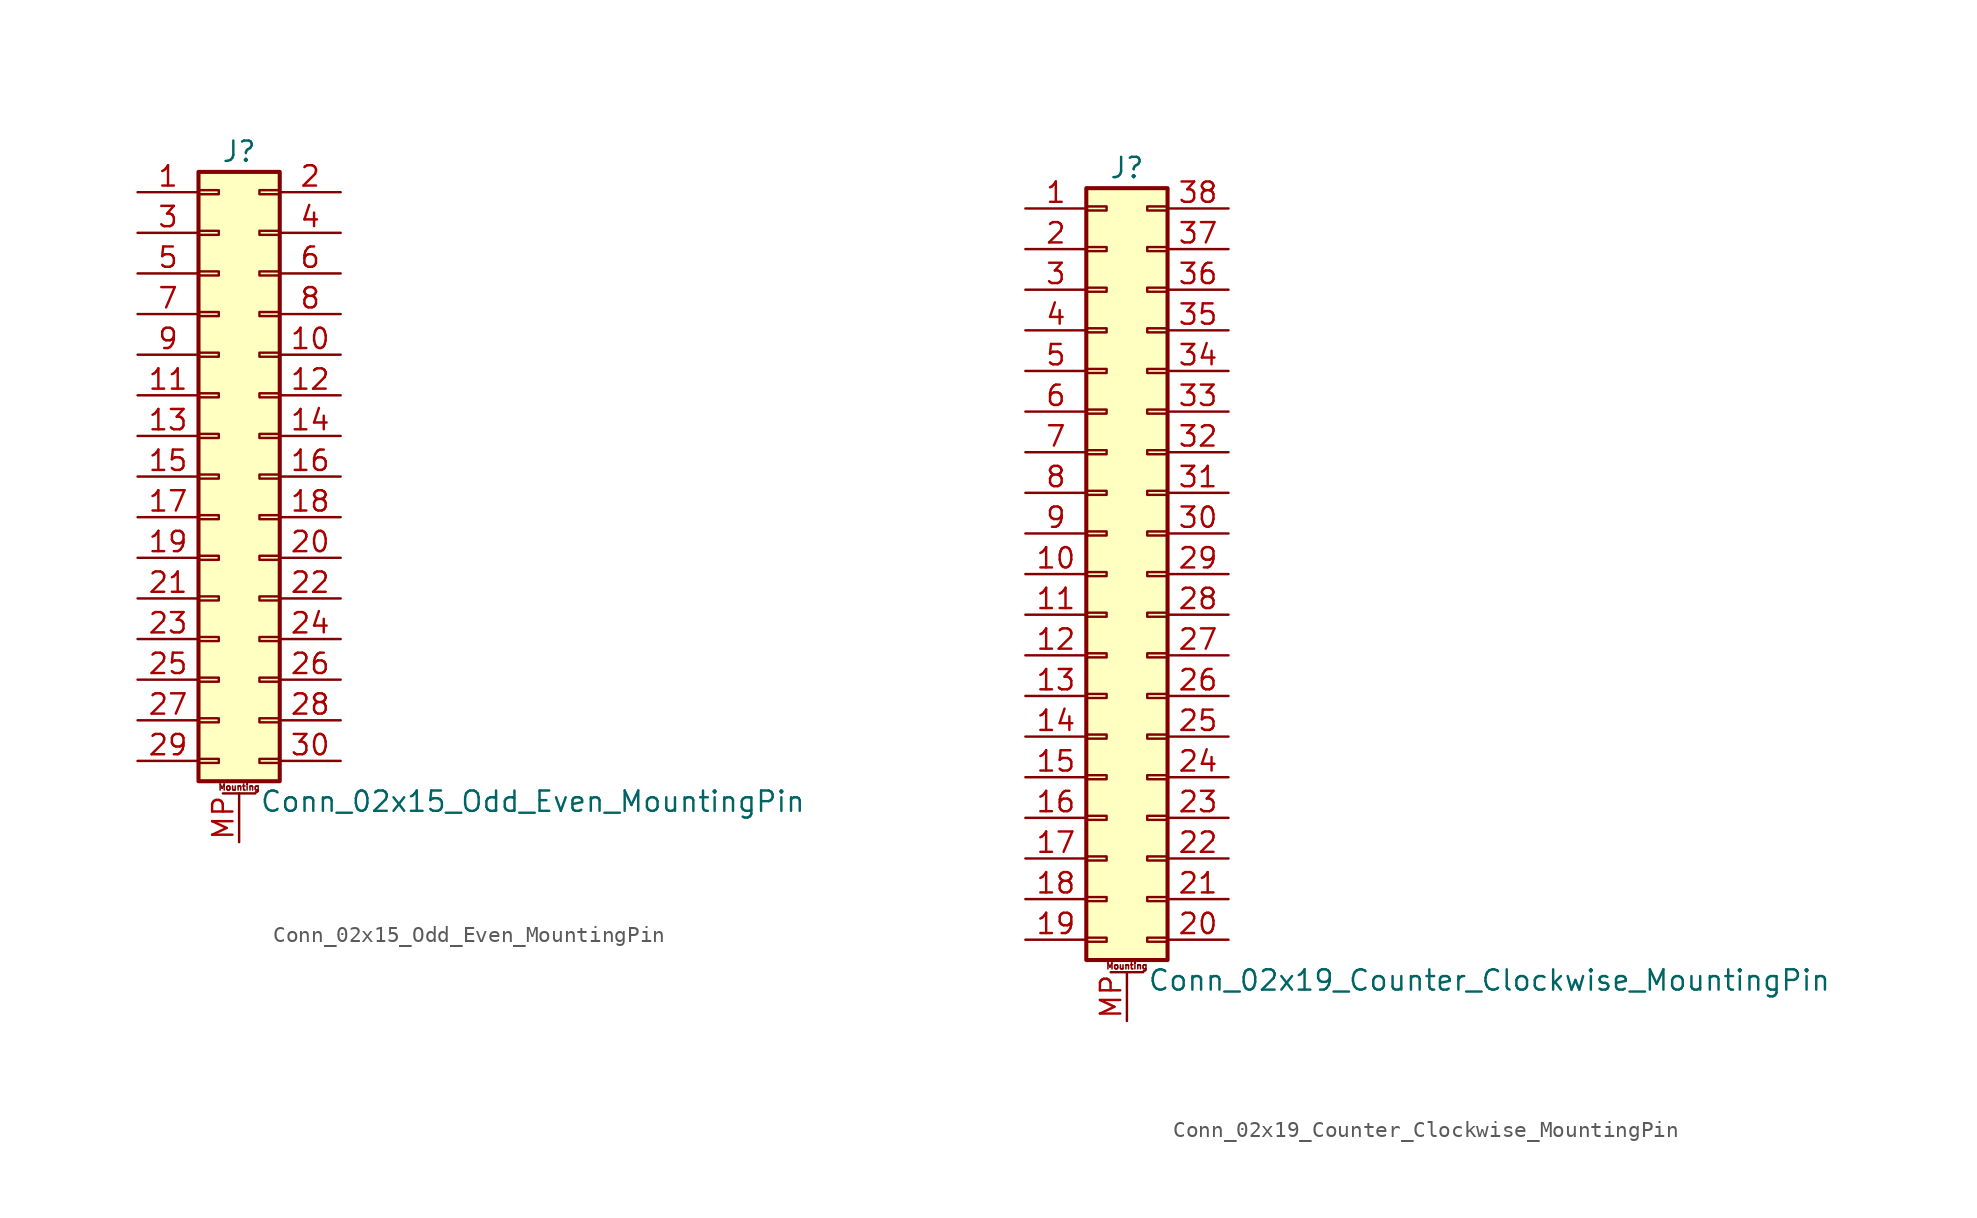
<source format=kicad_sym>
(kicad_symbol_lib
  (version 20220914)
  (generator kicad_symbol_editor)
  (symbol "Conn_02x15_Odd_Even_MountingPin"
    (pin_names
      (offset 1.016) hide)
    (property "Reference" "J"
      (at 1.27 20.32 0)
      (effects (font (size 1.27 1.27))))
    (property "Value" "Conn_02x15_Odd_Even_MountingPin"
      (at 2.54 -20.32 0)
      (effects (font (size 1.27 1.27)) (justify left)))
    (symbol "Conn_02x15_Odd_Even_MountingPin_1_1"
      (rectangle (start -1.27 -17.653) (end 0 -17.907) (stroke (width 0.152) (type default)) (fill (type none)))
      (rectangle (start -1.27 -15.113) (end 0 -15.367) (stroke (width 0.152) (type default)) (fill (type none)))
      (rectangle (start -1.27 -12.573) (end 0 -12.827) (stroke (width 0.152) (type default)) (fill (type none)))
      (rectangle (start -1.27 -10.033) (end 0 -10.287) (stroke (width 0.152) (type default)) (fill (type none)))
      (rectangle (start -1.27 -7.493) (end 0 -7.747) (stroke (width 0.152) (type default)) (fill (type none)))
      (rectangle (start -1.27 -4.953) (end 0 -5.207) (stroke (width 0.152) (type default)) (fill (type none)))
      (rectangle (start -1.27 -2.413) (end 0 -2.667) (stroke (width 0.152) (type default)) (fill (type none)))
      (rectangle (start -1.27 0.127) (end 0 -0.127) (stroke (width 0.152) (type default)) (fill (type none)))
      (rectangle (start -1.27 2.667) (end 0 2.413) (stroke (width 0.152) (type default)) (fill (type none)))
      (rectangle (start -1.27 5.207) (end 0 4.953) (stroke (width 0.152) (type default)) (fill (type none)))
      (rectangle (start -1.27 7.747) (end 0 7.493) (stroke (width 0.152) (type default)) (fill (type none)))
      (rectangle (start -1.27 10.287) (end 0 10.033) (stroke (width 0.152) (type default)) (fill (type none)))
      (rectangle (start -1.27 12.827) (end 0 12.573) (stroke (width 0.152) (type default)) (fill (type none)))
      (rectangle (start -1.27 15.367) (end 0 15.113) (stroke (width 0.152) (type default)) (fill (type none)))
      (rectangle (start -1.27 17.907) (end 0 17.653) (stroke (width 0.152) (type default)) (fill (type none)))
      (rectangle (start -1.27 19.05) (end 3.81 -19.05) (stroke (width 0.254) (type default)) (fill (type background)))
      (polyline (pts (xy 0.254 -19.812) (xy 2.286 -19.812)) (stroke (width 0.152) (type default)) (fill (type none)))
      (rectangle (start 3.81 -17.653) (end 2.54 -17.907) (stroke (width 0.152) (type default)) (fill (type none)))
      (rectangle (start 3.81 -15.113) (end 2.54 -15.367) (stroke (width 0.152) (type default)) (fill (type none)))
      (rectangle (start 3.81 -12.573) (end 2.54 -12.827) (stroke (width 0.152) (type default)) (fill (type none)))
      (rectangle (start 3.81 -10.033) (end 2.54 -10.287) (stroke (width 0.152) (type default)) (fill (type none)))
      (rectangle (start 3.81 -7.493) (end 2.54 -7.747) (stroke (width 0.152) (type default)) (fill (type none)))
      (rectangle (start 3.81 -4.953) (end 2.54 -5.207) (stroke (width 0.152) (type default)) (fill (type none)))
      (rectangle (start 3.81 -2.413) (end 2.54 -2.667) (stroke (width 0.152) (type default)) (fill (type none)))
      (rectangle (start 3.81 0.127) (end 2.54 -0.127) (stroke (width 0.152) (type default)) (fill (type none)))
      (rectangle (start 3.81 2.667) (end 2.54 2.413) (stroke (width 0.152) (type default)) (fill (type none)))
      (rectangle (start 3.81 5.207) (end 2.54 4.953) (stroke (width 0.152) (type default)) (fill (type none)))
      (rectangle (start 3.81 7.747) (end 2.54 7.493) (stroke (width 0.152) (type default)) (fill (type none)))
      (rectangle (start 3.81 10.287) (end 2.54 10.033) (stroke (width 0.152) (type default)) (fill (type none)))
      (rectangle (start 3.81 12.827) (end 2.54 12.573) (stroke (width 0.152) (type default)) (fill (type none)))
      (rectangle (start 3.81 15.367) (end 2.54 15.113) (stroke (width 0.152) (type default)) (fill (type none)))
      (rectangle (start 3.81 17.907) (end 2.54 17.653) (stroke (width 0.152) (type default)) (fill (type none)))
      (text "Mounting" (at 1.27 -19.431 0) (effects (font (size 0.381 0.381))))
      (pin passive line (at -5.08 17.78 0) (length 3.81) (name "Pin_1" (effects (font (size 1.27 1.27)))) (number "1" (effects (font (size 1.27 1.27)))))
      (pin passive line (at 7.62 7.62 180) (length 3.81) (name "Pin_10" (effects (font (size 1.27 1.27)))) (number "10" (effects (font (size 1.27 1.27)))))
      (pin passive line (at -5.08 5.08 0) (length 3.81) (name "Pin_11" (effects (font (size 1.27 1.27)))) (number "11" (effects (font (size 1.27 1.27)))))
      (pin passive line (at 7.62 5.08 180) (length 3.81) (name "Pin_12" (effects (font (size 1.27 1.27)))) (number "12" (effects (font (size 1.27 1.27)))))
      (pin passive line (at -5.08 2.54 0) (length 3.81) (name "Pin_13" (effects (font (size 1.27 1.27)))) (number "13" (effects (font (size 1.27 1.27)))))
      (pin passive line (at 7.62 2.54 180) (length 3.81) (name "Pin_14" (effects (font (size 1.27 1.27)))) (number "14" (effects (font (size 1.27 1.27)))))
      (pin passive line (at -5.08 0 0) (length 3.81) (name "Pin_15" (effects (font (size 1.27 1.27)))) (number "15" (effects (font (size 1.27 1.27)))))
      (pin passive line (at 7.62 0 180) (length 3.81) (name "Pin_16" (effects (font (size 1.27 1.27)))) (number "16" (effects (font (size 1.27 1.27)))))
      (pin passive line (at -5.08 -2.54 0) (length 3.81) (name "Pin_17" (effects (font (size 1.27 1.27)))) (number "17" (effects (font (size 1.27 1.27)))))
      (pin passive line (at 7.62 -2.54 180) (length 3.81) (name "Pin_18" (effects (font (size 1.27 1.27)))) (number "18" (effects (font (size 1.27 1.27)))))
      (pin passive line (at -5.08 -5.08 0) (length 3.81) (name "Pin_19" (effects (font (size 1.27 1.27)))) (number "19" (effects (font (size 1.27 1.27)))))
      (pin passive line (at 7.62 17.78 180) (length 3.81) (name "Pin_2" (effects (font (size 1.27 1.27)))) (number "2" (effects (font (size 1.27 1.27)))))
      (pin passive line (at 7.62 -5.08 180) (length 3.81) (name "Pin_20" (effects (font (size 1.27 1.27)))) (number "20" (effects (font (size 1.27 1.27)))))
      (pin passive line (at -5.08 -7.62 0) (length 3.81) (name "Pin_21" (effects (font (size 1.27 1.27)))) (number "21" (effects (font (size 1.27 1.27)))))
      (pin passive line (at 7.62 -7.62 180) (length 3.81) (name "Pin_22" (effects (font (size 1.27 1.27)))) (number "22" (effects (font (size 1.27 1.27)))))
      (pin passive line (at -5.08 -10.16 0) (length 3.81) (name "Pin_23" (effects (font (size 1.27 1.27)))) (number "23" (effects (font (size 1.27 1.27)))))
      (pin passive line (at 7.62 -10.16 180) (length 3.81) (name "Pin_24" (effects (font (size 1.27 1.27)))) (number "24" (effects (font (size 1.27 1.27)))))
      (pin passive line (at -5.08 -12.7 0) (length 3.81) (name "Pin_25" (effects (font (size 1.27 1.27)))) (number "25" (effects (font (size 1.27 1.27)))))
      (pin passive line (at 7.62 -12.7 180) (length 3.81) (name "Pin_26" (effects (font (size 1.27 1.27)))) (number "26" (effects (font (size 1.27 1.27)))))
      (pin passive line (at -5.08 -15.24 0) (length 3.81) (name "Pin_27" (effects (font (size 1.27 1.27)))) (number "27" (effects (font (size 1.27 1.27)))))
      (pin passive line (at 7.62 -15.24 180) (length 3.81) (name "Pin_28" (effects (font (size 1.27 1.27)))) (number "28" (effects (font (size 1.27 1.27)))))
      (pin passive line (at -5.08 -17.78 0) (length 3.81) (name "Pin_29" (effects (font (size 1.27 1.27)))) (number "29" (effects (font (size 1.27 1.27)))))
      (pin passive line (at -5.08 15.24 0) (length 3.81) (name "Pin_3" (effects (font (size 1.27 1.27)))) (number "3" (effects (font (size 1.27 1.27)))))
      (pin passive line (at 7.62 -17.78 180) (length 3.81) (name "Pin_30" (effects (font (size 1.27 1.27)))) (number "30" (effects (font (size 1.27 1.27)))))
      (pin passive line (at 7.62 15.24 180) (length 3.81) (name "Pin_4" (effects (font (size 1.27 1.27)))) (number "4" (effects (font (size 1.27 1.27)))))
      (pin passive line (at -5.08 12.7 0) (length 3.81) (name "Pin_5" (effects (font (size 1.27 1.27)))) (number "5" (effects (font (size 1.27 1.27)))))
      (pin passive line (at 7.62 12.7 180) (length 3.81) (name "Pin_6" (effects (font (size 1.27 1.27)))) (number "6" (effects (font (size 1.27 1.27)))))
      (pin passive line (at -5.08 10.16 0) (length 3.81) (name "Pin_7" (effects (font (size 1.27 1.27)))) (number "7" (effects (font (size 1.27 1.27)))))
      (pin passive line (at 7.62 10.16 180) (length 3.81) (name "Pin_8" (effects (font (size 1.27 1.27)))) (number "8" (effects (font (size 1.27 1.27)))))
      (pin passive line (at -5.08 7.62 0) (length 3.81) (name "Pin_9" (effects (font (size 1.27 1.27)))) (number "9" (effects (font (size 1.27 1.27)))))
      (pin passive line (at 1.27 -22.86 90) (length 3.048) (name "MountPin" (effects (font (size 1.27 1.27)))) (number "MP" (effects (font (size 1.27 1.27)))))))
  (symbol "Conn_02x19_Counter_Clockwise_MountingPin"
    (pin_names
      (offset 1.016) hide)
    (property "Reference" "J"
      (at 1.27 25.4 0)
      (effects (font (size 1.27 1.27))))
    (property "Value" "Conn_02x19_Counter_Clockwise_MountingPin"
      (at 2.54 -25.4 0)
      (effects (font (size 1.27 1.27)) (justify left)))
    (symbol "Conn_02x19_Counter_Clockwise_MountingPin_1_1"
      (rectangle (start -1.27 -22.733) (end 0 -22.987) (stroke (width 0.152) (type default)) (fill (type none)))
      (rectangle (start -1.27 -20.193) (end 0 -20.447) (stroke (width 0.152) (type default)) (fill (type none)))
      (rectangle (start -1.27 -17.653) (end 0 -17.907) (stroke (width 0.152) (type default)) (fill (type none)))
      (rectangle (start -1.27 -15.113) (end 0 -15.367) (stroke (width 0.152) (type default)) (fill (type none)))
      (rectangle (start -1.27 -12.573) (end 0 -12.827) (stroke (width 0.152) (type default)) (fill (type none)))
      (rectangle (start -1.27 -10.033) (end 0 -10.287) (stroke (width 0.152) (type default)) (fill (type none)))
      (rectangle (start -1.27 -7.493) (end 0 -7.747) (stroke (width 0.152) (type default)) (fill (type none)))
      (rectangle (start -1.27 -4.953) (end 0 -5.207) (stroke (width 0.152) (type default)) (fill (type none)))
      (rectangle (start -1.27 -2.413) (end 0 -2.667) (stroke (width 0.152) (type default)) (fill (type none)))
      (rectangle (start -1.27 0.127) (end 0 -0.127) (stroke (width 0.152) (type default)) (fill (type none)))
      (rectangle (start -1.27 2.667) (end 0 2.413) (stroke (width 0.152) (type default)) (fill (type none)))
      (rectangle (start -1.27 5.207) (end 0 4.953) (stroke (width 0.152) (type default)) (fill (type none)))
      (rectangle (start -1.27 7.747) (end 0 7.493) (stroke (width 0.152) (type default)) (fill (type none)))
      (rectangle (start -1.27 10.287) (end 0 10.033) (stroke (width 0.152) (type default)) (fill (type none)))
      (rectangle (start -1.27 12.827) (end 0 12.573) (stroke (width 0.152) (type default)) (fill (type none)))
      (rectangle (start -1.27 15.367) (end 0 15.113) (stroke (width 0.152) (type default)) (fill (type none)))
      (rectangle (start -1.27 17.907) (end 0 17.653) (stroke (width 0.152) (type default)) (fill (type none)))
      (rectangle (start -1.27 20.447) (end 0 20.193) (stroke (width 0.152) (type default)) (fill (type none)))
      (rectangle (start -1.27 22.987) (end 0 22.733) (stroke (width 0.152) (type default)) (fill (type none)))
      (rectangle (start -1.27 24.13) (end 3.81 -24.13) (stroke (width 0.254) (type default)) (fill (type background)))
      (polyline (pts (xy 0.254 -24.892) (xy 2.286 -24.892)) (stroke (width 0.152) (type default)) (fill (type none)))
      (rectangle (start 3.81 -22.733) (end 2.54 -22.987) (stroke (width 0.152) (type default)) (fill (type none)))
      (rectangle (start 3.81 -20.193) (end 2.54 -20.447) (stroke (width 0.152) (type default)) (fill (type none)))
      (rectangle (start 3.81 -17.653) (end 2.54 -17.907) (stroke (width 0.152) (type default)) (fill (type none)))
      (rectangle (start 3.81 -15.113) (end 2.54 -15.367) (stroke (width 0.152) (type default)) (fill (type none)))
      (rectangle (start 3.81 -12.573) (end 2.54 -12.827) (stroke (width 0.152) (type default)) (fill (type none)))
      (rectangle (start 3.81 -10.033) (end 2.54 -10.287) (stroke (width 0.152) (type default)) (fill (type none)))
      (rectangle (start 3.81 -7.493) (end 2.54 -7.747) (stroke (width 0.152) (type default)) (fill (type none)))
      (rectangle (start 3.81 -4.953) (end 2.54 -5.207) (stroke (width 0.152) (type default)) (fill (type none)))
      (rectangle (start 3.81 -2.413) (end 2.54 -2.667) (stroke (width 0.152) (type default)) (fill (type none)))
      (rectangle (start 3.81 0.127) (end 2.54 -0.127) (stroke (width 0.152) (type default)) (fill (type none)))
      (rectangle (start 3.81 2.667) (end 2.54 2.413) (stroke (width 0.152) (type default)) (fill (type none)))
      (rectangle (start 3.81 5.207) (end 2.54 4.953) (stroke (width 0.152) (type default)) (fill (type none)))
      (rectangle (start 3.81 7.747) (end 2.54 7.493) (stroke (width 0.152) (type default)) (fill (type none)))
      (rectangle (start 3.81 10.287) (end 2.54 10.033) (stroke (width 0.152) (type default)) (fill (type none)))
      (rectangle (start 3.81 12.827) (end 2.54 12.573) (stroke (width 0.152) (type default)) (fill (type none)))
      (rectangle (start 3.81 15.367) (end 2.54 15.113) (stroke (width 0.152) (type default)) (fill (type none)))
      (rectangle (start 3.81 17.907) (end 2.54 17.653) (stroke (width 0.152) (type default)) (fill (type none)))
      (rectangle (start 3.81 20.447) (end 2.54 20.193) (stroke (width 0.152) (type default)) (fill (type none)))
      (rectangle (start 3.81 22.987) (end 2.54 22.733) (stroke (width 0.152) (type default)) (fill (type none)))
      (text "Mounting" (at 1.27 -24.511 0) (effects (font (size 0.381 0.381))))
      (pin passive line (at -5.08 22.86 0) (length 3.81) (name "Pin_1" (effects (font (size 1.27 1.27)))) (number "1" (effects (font (size 1.27 1.27)))))
      (pin passive line (at -5.08 0 0) (length 3.81) (name "Pin_10" (effects (font (size 1.27 1.27)))) (number "10" (effects (font (size 1.27 1.27)))))
      (pin passive line (at -5.08 -2.54 0) (length 3.81) (name "Pin_11" (effects (font (size 1.27 1.27)))) (number "11" (effects (font (size 1.27 1.27)))))
      (pin passive line (at -5.08 -5.08 0) (length 3.81) (name "Pin_12" (effects (font (size 1.27 1.27)))) (number "12" (effects (font (size 1.27 1.27)))))
      (pin passive line (at -5.08 -7.62 0) (length 3.81) (name "Pin_13" (effects (font (size 1.27 1.27)))) (number "13" (effects (font (size 1.27 1.27)))))
      (pin passive line (at -5.08 -10.16 0) (length 3.81) (name "Pin_14" (effects (font (size 1.27 1.27)))) (number "14" (effects (font (size 1.27 1.27)))))
      (pin passive line (at -5.08 -12.7 0) (length 3.81) (name "Pin_15" (effects (font (size 1.27 1.27)))) (number "15" (effects (font (size 1.27 1.27)))))
      (pin passive line (at -5.08 -15.24 0) (length 3.81) (name "Pin_16" (effects (font (size 1.27 1.27)))) (number "16" (effects (font (size 1.27 1.27)))))
      (pin passive line (at -5.08 -17.78 0) (length 3.81) (name "Pin_17" (effects (font (size 1.27 1.27)))) (number "17" (effects (font (size 1.27 1.27)))))
      (pin passive line (at -5.08 -20.32 0) (length 3.81) (name "Pin_18" (effects (font (size 1.27 1.27)))) (number "18" (effects (font (size 1.27 1.27)))))
      (pin passive line (at -5.08 -22.86 0) (length 3.81) (name "Pin_19" (effects (font (size 1.27 1.27)))) (number "19" (effects (font (size 1.27 1.27)))))
      (pin passive line (at -5.08 20.32 0) (length 3.81) (name "Pin_2" (effects (font (size 1.27 1.27)))) (number "2" (effects (font (size 1.27 1.27)))))
      (pin passive line (at 7.62 -22.86 180) (length 3.81) (name "Pin_20" (effects (font (size 1.27 1.27)))) (number "20" (effects (font (size 1.27 1.27)))))
      (pin passive line (at 7.62 -20.32 180) (length 3.81) (name "Pin_21" (effects (font (size 1.27 1.27)))) (number "21" (effects (font (size 1.27 1.27)))))
      (pin passive line (at 7.62 -17.78 180) (length 3.81) (name "Pin_22" (effects (font (size 1.27 1.27)))) (number "22" (effects (font (size 1.27 1.27)))))
      (pin passive line (at 7.62 -15.24 180) (length 3.81) (name "Pin_23" (effects (font (size 1.27 1.27)))) (number "23" (effects (font (size 1.27 1.27)))))
      (pin passive line (at 7.62 -12.7 180) (length 3.81) (name "Pin_24" (effects (font (size 1.27 1.27)))) (number "24" (effects (font (size 1.27 1.27)))))
      (pin passive line (at 7.62 -10.16 180) (length 3.81) (name "Pin_25" (effects (font (size 1.27 1.27)))) (number "25" (effects (font (size 1.27 1.27)))))
      (pin passive line (at 7.62 -7.62 180) (length 3.81) (name "Pin_26" (effects (font (size 1.27 1.27)))) (number "26" (effects (font (size 1.27 1.27)))))
      (pin passive line (at 7.62 -5.08 180) (length 3.81) (name "Pin_27" (effects (font (size 1.27 1.27)))) (number "27" (effects (font (size 1.27 1.27)))))
      (pin passive line (at 7.62 -2.54 180) (length 3.81) (name "Pin_28" (effects (font (size 1.27 1.27)))) (number "28" (effects (font (size 1.27 1.27)))))
      (pin passive line (at 7.62 0 180) (length 3.81) (name "Pin_29" (effects (font (size 1.27 1.27)))) (number "29" (effects (font (size 1.27 1.27)))))
      (pin passive line (at -5.08 17.78 0) (length 3.81) (name "Pin_3" (effects (font (size 1.27 1.27)))) (number "3" (effects (font (size 1.27 1.27)))))
      (pin passive line (at 7.62 2.54 180) (length 3.81) (name "Pin_30" (effects (font (size 1.27 1.27)))) (number "30" (effects (font (size 1.27 1.27)))))
      (pin passive line (at 7.62 5.08 180) (length 3.81) (name "Pin_31" (effects (font (size 1.27 1.27)))) (number "31" (effects (font (size 1.27 1.27)))))
      (pin passive line (at 7.62 7.62 180) (length 3.81) (name "Pin_32" (effects (font (size 1.27 1.27)))) (number "32" (effects (font (size 1.27 1.27)))))
      (pin passive line (at 7.62 10.16 180) (length 3.81) (name "Pin_33" (effects (font (size 1.27 1.27)))) (number "33" (effects (font (size 1.27 1.27)))))
      (pin passive line (at 7.62 12.7 180) (length 3.81) (name "Pin_34" (effects (font (size 1.27 1.27)))) (number "34" (effects (font (size 1.27 1.27)))))
      (pin passive line (at 7.62 15.24 180) (length 3.81) (name "Pin_35" (effects (font (size 1.27 1.27)))) (number "35" (effects (font (size 1.27 1.27)))))
      (pin passive line (at 7.62 17.78 180) (length 3.81) (name "Pin_36" (effects (font (size 1.27 1.27)))) (number "36" (effects (font (size 1.27 1.27)))))
      (pin passive line (at 7.62 20.32 180) (length 3.81) (name "Pin_37" (effects (font (size 1.27 1.27)))) (number "37" (effects (font (size 1.27 1.27)))))
      (pin passive line (at 7.62 22.86 180) (length 3.81) (name "Pin_38" (effects (font (size 1.27 1.27)))) (number "38" (effects (font (size 1.27 1.27)))))
      (pin passive line (at -5.08 15.24 0) (length 3.81) (name "Pin_4" (effects (font (size 1.27 1.27)))) (number "4" (effects (font (size 1.27 1.27)))))
      (pin passive line (at -5.08 12.7 0) (length 3.81) (name "Pin_5" (effects (font (size 1.27 1.27)))) (number "5" (effects (font (size 1.27 1.27)))))
      (pin passive line (at -5.08 10.16 0) (length 3.81) (name "Pin_6" (effects (font (size 1.27 1.27)))) (number "6" (effects (font (size 1.27 1.27)))))
      (pin passive line (at -5.08 7.62 0) (length 3.81) (name "Pin_7" (effects (font (size 1.27 1.27)))) (number "7" (effects (font (size 1.27 1.27)))))
      (pin passive line (at -5.08 5.08 0) (length 3.81) (name "Pin_8" (effects (font (size 1.27 1.27)))) (number "8" (effects (font (size 1.27 1.27)))))
      (pin passive line (at -5.08 2.54 0) (length 3.81) (name "Pin_9" (effects (font (size 1.27 1.27)))) (number "9" (effects (font (size 1.27 1.27)))))
      (pin passive line (at 1.27 -27.94 90) (length 3.048) (name "MountPin" (effects (font (size 1.27 1.27)))) (number "MP" (effects (font (size 1.27 1.27))))))))
</source>
